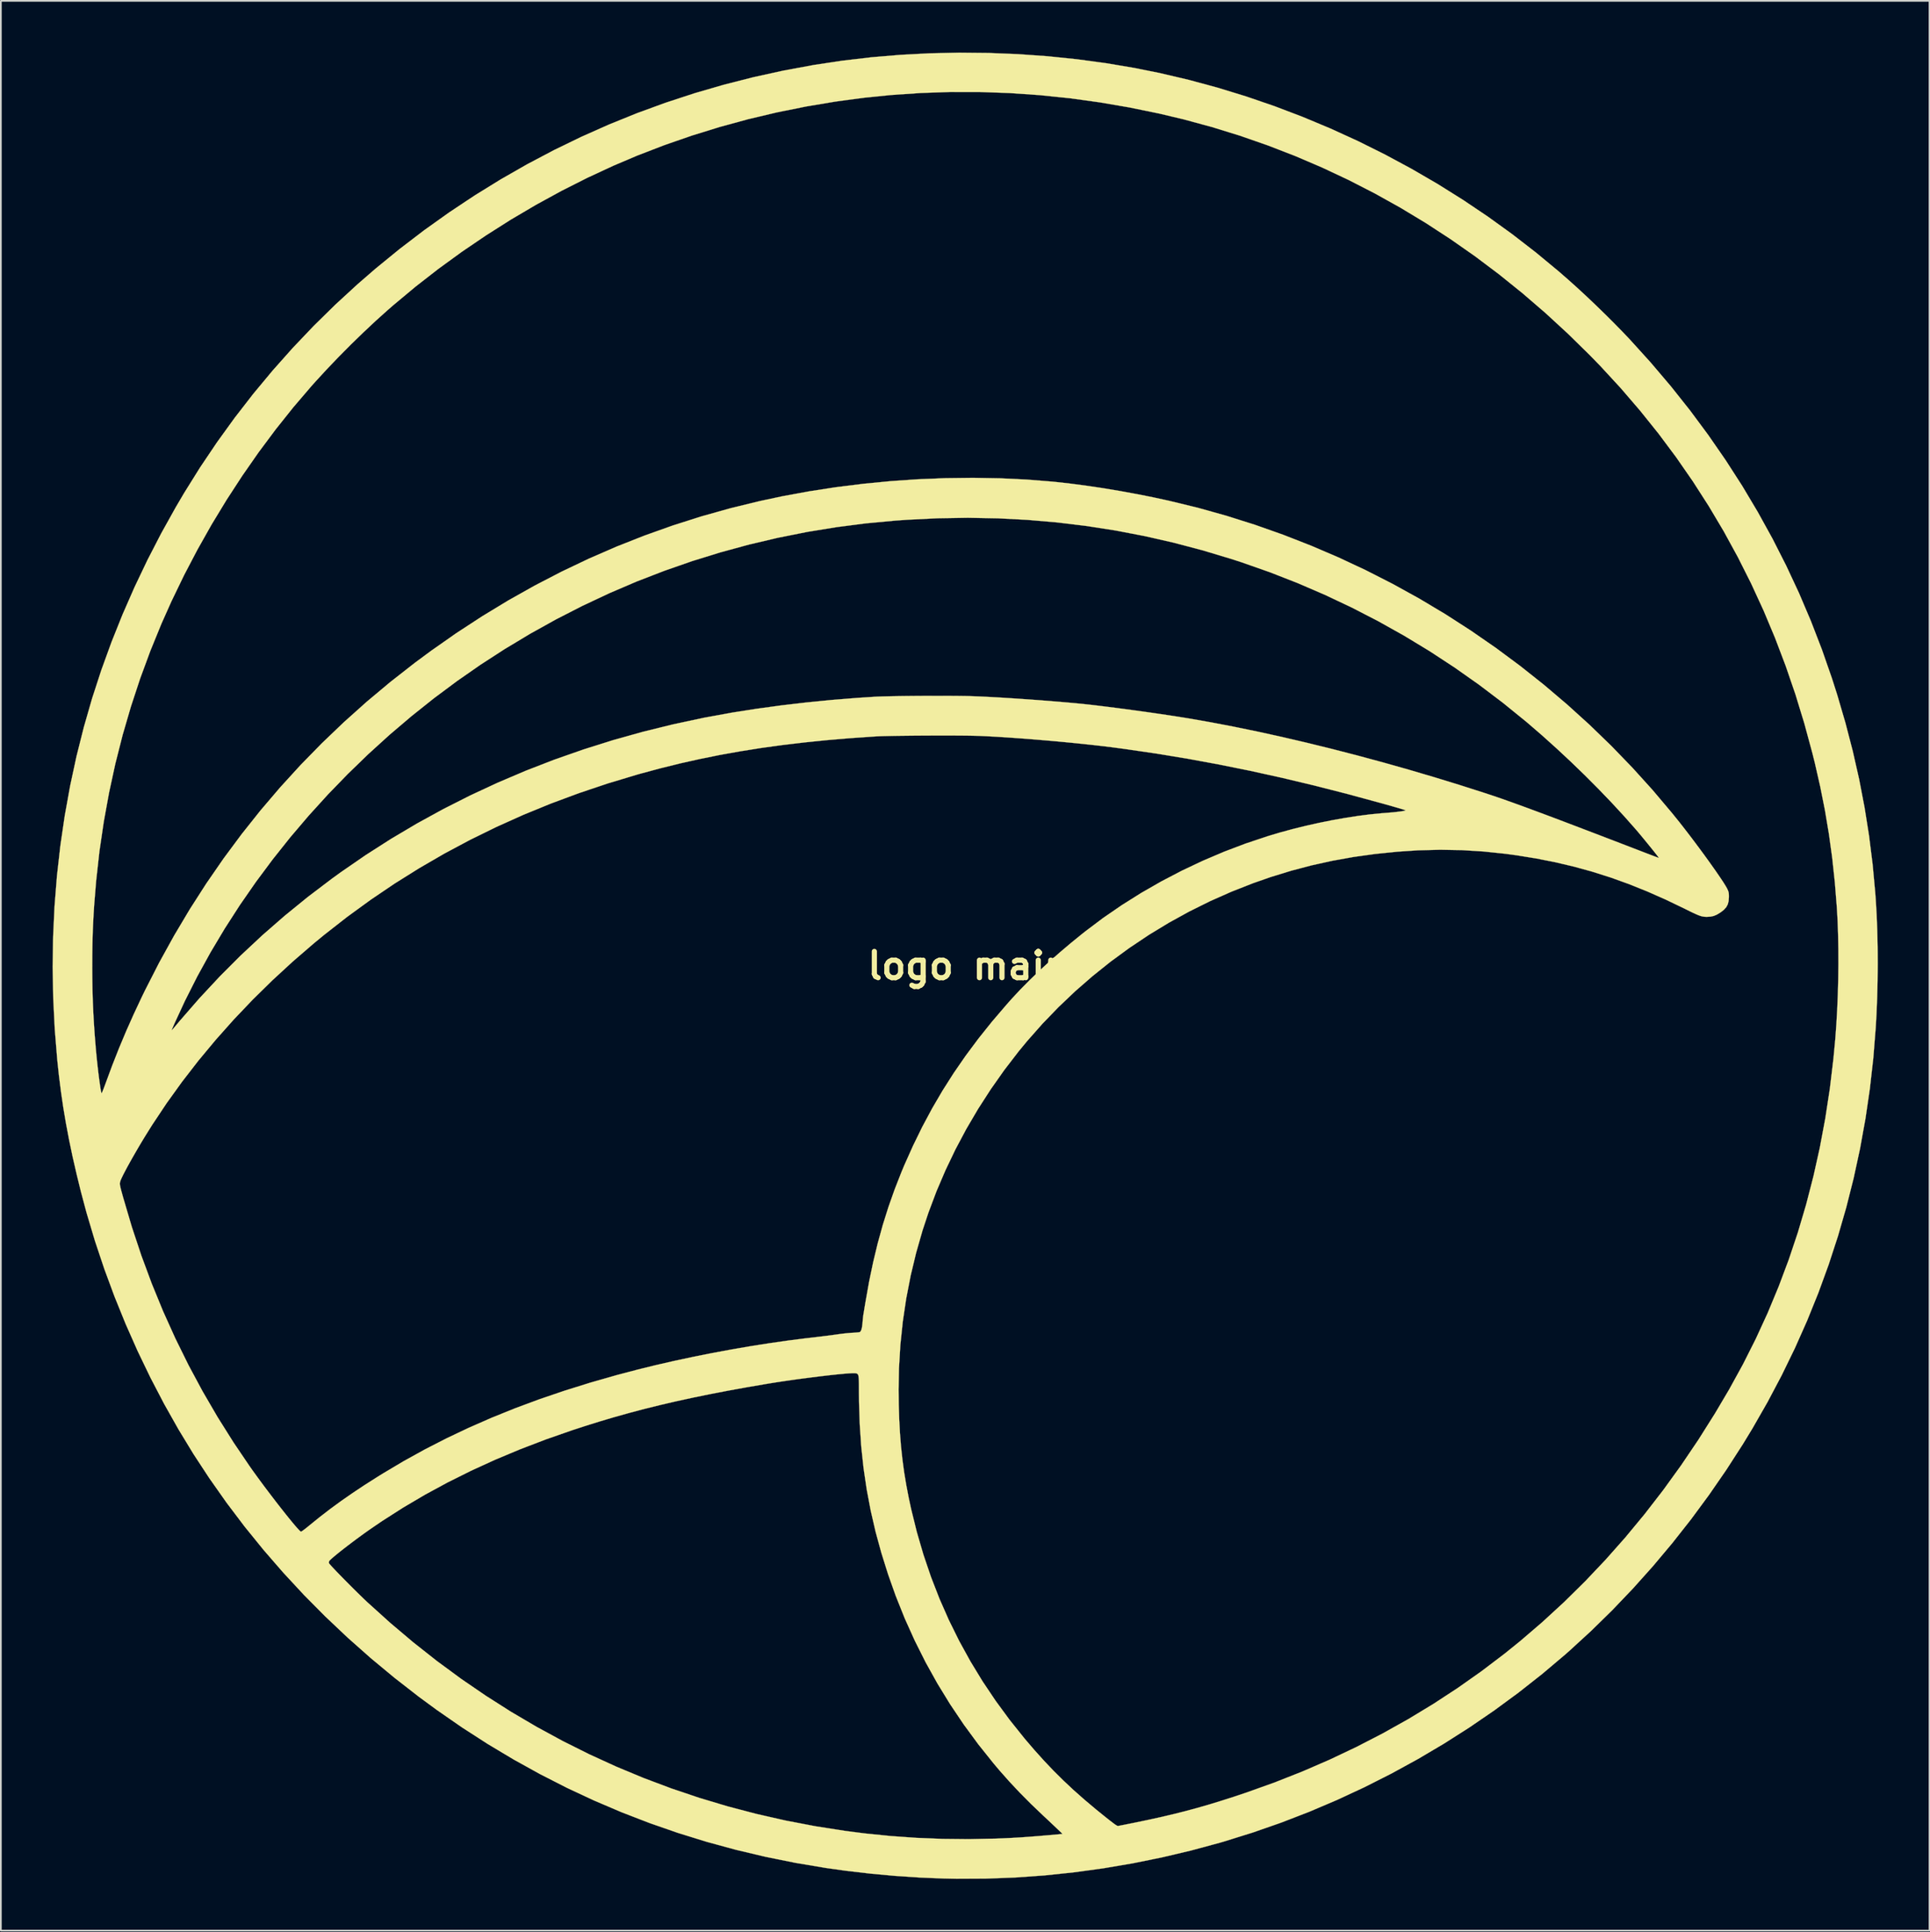
<source format=kicad_pcb>
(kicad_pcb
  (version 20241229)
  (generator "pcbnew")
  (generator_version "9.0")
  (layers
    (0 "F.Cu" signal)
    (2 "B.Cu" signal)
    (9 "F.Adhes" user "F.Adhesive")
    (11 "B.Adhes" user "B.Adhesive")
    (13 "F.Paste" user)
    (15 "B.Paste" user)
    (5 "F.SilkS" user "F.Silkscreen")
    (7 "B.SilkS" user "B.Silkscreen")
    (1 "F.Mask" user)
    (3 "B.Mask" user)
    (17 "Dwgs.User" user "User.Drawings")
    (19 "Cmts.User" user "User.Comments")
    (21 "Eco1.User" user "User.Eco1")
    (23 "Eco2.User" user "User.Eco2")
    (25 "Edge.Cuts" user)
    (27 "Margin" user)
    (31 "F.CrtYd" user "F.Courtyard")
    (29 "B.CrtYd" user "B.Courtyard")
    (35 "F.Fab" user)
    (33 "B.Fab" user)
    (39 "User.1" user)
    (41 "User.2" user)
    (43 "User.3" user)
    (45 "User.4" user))
  (footprint "logo main"
    (layer "F.Cu")
    (at 53.104 52.949)
    (property "Reference" "logo main" (at 0 0 0) (layer "F.SilkS") (effects (font (size 1.524 1.524) (thickness 0.3))))
    (attr through_hole)
    (fp_poly (pts (xy 1.185 -52.928) (xy 2.895 -52.86) (xy 4.599 -52.738) (xy 6.292 -52.565) (xy 7.969 -52.339) (xy 9.626 -52.061) (xy 11.086 -51.768) (xy 12.777 -51.372) (xy 14.456 -50.918) (xy 16.122 -50.407) (xy 17.771 -49.841) (xy 19.403 -49.22) (xy 21.014 -48.546) (xy 22.604 -47.82) (xy 24.168 -47.042) (xy 25.707 -46.214) (xy 27.217 -45.337) (xy 28.696 -44.411) (xy 30.142 -43.439) (xy 31.553 -42.421) (xy 32.927 -41.358) (xy 34.262 -40.252) (xy 34.817 -39.768) (xy 35.325 -39.312) (xy 35.853 -38.824) (xy 36.389 -38.315) (xy 36.923 -37.797) (xy 37.441 -37.281) (xy 37.934 -36.778) (xy 38.368 -36.322) (xy 39.585 -34.978) (xy 40.751 -33.605) (xy 41.865 -32.203) (xy 42.926 -30.772) (xy 43.935 -29.313) (xy 44.892 -27.827) (xy 45.795 -26.312) (xy 46.646 -24.771) (xy 47.443 -23.202) (xy 48.188 -21.607) (xy 48.878 -19.985) (xy 49.515 -18.337) (xy 50.098 -16.663) (xy 50.396 -15.733) (xy 50.878 -14.088) (xy 51.303 -12.452) (xy 51.673 -10.82) (xy 51.987 -9.188) (xy 52.247 -7.55) (xy 52.454 -5.901) (xy 52.608 -4.236) (xy 52.636 -3.855) (xy 52.688 -2.978) (xy 52.724 -2.056) (xy 52.746 -1.1) (xy 52.752 -0.123) (xy 52.743 0.863) (xy 52.719 1.847) (xy 52.68 2.815) (xy 52.636 3.586) (xy 52.494 5.367) (xy 52.295 7.13) (xy 52.038 8.876) (xy 51.725 10.604) (xy 51.355 12.314) (xy 50.928 14.004) (xy 50.445 15.676) (xy 49.905 17.329) (xy 49.309 18.962) (xy 48.657 20.575) (xy 47.949 22.167) (xy 47.184 23.739) (xy 46.364 25.29) (xy 45.488 26.82) (xy 44.934 27.731) (xy 43.974 29.22) (xy 42.97 30.675) (xy 41.924 32.094) (xy 40.837 33.474) (xy 39.712 34.814) (xy 38.55 36.111) (xy 37.354 37.363) (xy 36.125 38.567) (xy 34.866 39.721) (xy 34.619 39.939) (xy 33.289 41.062) (xy 31.919 42.14) (xy 30.512 43.174) (xy 29.07 44.161) (xy 27.594 45.101) (xy 26.087 45.992) (xy 24.551 46.833) (xy 22.987 47.624) (xy 21.398 48.363) (xy 19.786 49.049) (xy 18.152 49.681) (xy 16.499 50.257) (xy 14.829 50.778) (xy 14.591 50.847) (xy 12.919 51.299) (xy 11.233 51.697) (xy 9.536 52.041) (xy 7.832 52.33) (xy 6.124 52.564) (xy 4.416 52.742) (xy 2.711 52.863) (xy 1.013 52.928) (xy -0.675 52.936) (xy -1.404 52.922) (xy -2.801 52.865) (xy -4.225 52.77) (xy -5.658 52.639) (xy -7.083 52.473) (xy -8.262 52.308) (xy -10.023 52.012) (xy -11.76 51.661) (xy -13.474 51.255) (xy -15.166 50.794) (xy -16.834 50.277) (xy -18.48 49.705) (xy -20.103 49.078) (xy -21.703 48.396) (xy -23.281 47.659) (xy -24.835 46.866) (xy -26.367 46.018) (xy -27.876 45.115) (xy -29.362 44.157) (xy -30.825 43.143) (xy -31.855 42.387) (xy -33.277 41.28) (xy -34.656 40.136) (xy -35.99 38.954) (xy -37.279 37.735) (xy -38.522 36.482) (xy -39.717 35.193) (xy -40.248 34.582) (xy -37.08 34.582) (xy -37.074 34.636) (xy -37.049 34.673) (xy -36.986 34.747) (xy -36.889 34.854) (xy -36.763 34.988) (xy -36.613 35.146) (xy -36.442 35.323) (xy -36.256 35.513) (xy -36.059 35.713) (xy -35.856 35.917) (xy -35.651 36.122) (xy -35.449 36.322) (xy -35.253 36.513) (xy -35.07 36.69) (xy -34.903 36.849) (xy -34.841 36.908) (xy -33.527 38.094) (xy -32.183 39.229) (xy -30.809 40.313) (xy -29.406 41.345) (xy -27.975 42.324) (xy -26.517 43.252) (xy -25.031 44.126) (xy -23.52 44.947) (xy -21.983 45.715) (xy -20.422 46.429) (xy -18.837 47.089) (xy -17.228 47.694) (xy -15.598 48.244) (xy -13.946 48.739) (xy -12.272 49.178) (xy -10.579 49.562) (xy -8.867 49.889) (xy -7.135 50.16) (xy -6.006 50.305) (xy -4.509 50.457) (xy -3.007 50.563) (xy -1.493 50.623) (xy 0.04 50.638) (xy 1.603 50.607) (xy 2.062 50.589) (xy 2.519 50.567) (xy 2.994 50.54) (xy 3.496 50.505) (xy 4.036 50.463) (xy 4.622 50.413) (xy 4.746 50.402) (xy 5.472 50.336) (xy 5.209 50.082) (xy 5.114 49.992) (xy 4.985 49.869) (xy 4.83 49.723) (xy 4.66 49.562) (xy 4.482 49.396) (xy 4.333 49.257) (xy 3.641 48.596) (xy 2.995 47.946) (xy 2.384 47.295) (xy 1.798 46.633) (xy 1.483 46.26) (xy 0.586 45.139) (xy -0.257 43.991) (xy -1.047 42.816) (xy -1.784 41.614) (xy -2.468 40.384) (xy -3.099 39.126) (xy -3.679 37.84) (xy -4.206 36.524) (xy -4.648 35.276) (xy -5.035 34.043) (xy -5.37 32.819) (xy -5.652 31.595) (xy -5.885 30.367) (xy -6.068 29.128) (xy -6.203 27.87) (xy -6.29 26.589) (xy -6.332 25.277) (xy -6.335 24.758) (xy -6.336 24.474) (xy -6.337 24.244) (xy -6.341 24.063) (xy -6.348 23.923) (xy -6.359 23.818) (xy -6.374 23.744) (xy -6.396 23.694) (xy -6.425 23.662) (xy -6.461 23.642) (xy -6.506 23.628) (xy -6.517 23.626) (xy -6.591 23.619) (xy -6.719 23.62) (xy -6.897 23.63) (xy -7.118 23.646) (xy -7.379 23.67) (xy -7.675 23.699) (xy -8 23.734) (xy -8.349 23.774) (xy -8.718 23.818) (xy -9.102 23.866) (xy -9.495 23.917) (xy -9.894 23.97) (xy -10.292 24.026) (xy -10.685 24.083) (xy -11.068 24.141) (xy -11.436 24.199) (xy -11.665 24.236) (xy -12.808 24.432) (xy -13.898 24.629) (xy -14.939 24.829) (xy -15.938 25.033) (xy -16.901 25.242) (xy -17.834 25.459) (xy -18.742 25.683) (xy -19.632 25.918) (xy -20.509 26.163) (xy -21.38 26.421) (xy -22.249 26.693) (xy -22.95 26.922) (xy -24.492 27.46) (xy -25.986 28.032) (xy -27.432 28.637) (xy -28.832 29.277) (xy -30.187 29.952) (xy -31.498 30.663) (xy -32.766 31.41) (xy -33.993 32.194) (xy -34.717 32.688) (xy -34.963 32.862) (xy -35.217 33.045) (xy -35.473 33.233) (xy -35.727 33.423) (xy -35.973 33.609) (xy -36.207 33.79) (xy -36.423 33.959) (xy -36.616 34.115) (xy -36.781 34.252) (xy -36.914 34.366) (xy -37.009 34.454) (xy -37.061 34.512) (xy -37.064 34.517) (xy -37.08 34.582) (xy -40.248 34.582) (xy -40.865 33.871) (xy -41.964 32.517) (xy -43.013 31.13) (xy -44.011 29.713) (xy -44.929 28.314) (xy -45.803 26.876) (xy -46.636 25.398) (xy -47.425 23.885) (xy -48.169 22.341) (xy -48.865 20.771) (xy -49.511 19.179) (xy -50.106 17.57) (xy -50.648 15.949) (xy -51.134 14.319) (xy -51.459 13.103) (xy -51.574 12.635) (xy -49.202 12.635) (xy -49.197 12.698) (xy -49.183 12.78) (xy -49.159 12.887) (xy -49.123 13.029) (xy -49.073 13.212) (xy -49.009 13.444) (xy -49.004 13.46) (xy -48.507 15.143) (xy -47.957 16.798) (xy -47.353 18.427) (xy -46.696 20.029) (xy -45.985 21.604) (xy -45.221 23.153) (xy -44.403 24.675) (xy -43.532 26.171) (xy -42.607 27.641) (xy -41.676 29.016) (xy -41.488 29.282) (xy -41.286 29.561) (xy -41.074 29.851) (xy -40.854 30.148) (xy -40.629 30.447) (xy -40.403 30.744) (xy -40.179 31.037) (xy -39.96 31.319) (xy -39.748 31.589) (xy -39.547 31.842) (xy -39.36 32.074) (xy -39.189 32.282) (xy -39.039 32.46) (xy -38.911 32.606) (xy -38.81 32.716) (xy -38.738 32.786) (xy -38.698 32.811) (xy -38.697 32.811) (xy -38.659 32.792) (xy -38.583 32.741) (xy -38.477 32.663) (xy -38.35 32.563) (xy -38.208 32.448) (xy -38.186 32.429) (xy -37.602 31.957) (xy -37 31.494) (xy -36.373 31.035) (xy -35.714 30.577) (xy -35.015 30.112) (xy -34.27 29.638) (xy -33.931 29.428) (xy -32.733 28.716) (xy -31.507 28.039) (xy -30.251 27.396) (xy -28.963 26.785) (xy -27.639 26.205) (xy -26.277 25.655) (xy -24.873 25.134) (xy -23.425 24.641) (xy -21.93 24.174) (xy -20.385 23.732) (xy -19.17 23.412) (xy -18.142 23.159) (xy -17.073 22.914) (xy -15.974 22.679) (xy -14.858 22.456) (xy -13.736 22.247) (xy -12.62 22.055) (xy -11.52 21.882) (xy -10.449 21.729) (xy -9.418 21.598) (xy -9.219 21.576) (xy -8.943 21.544) (xy -8.662 21.51) (xy -8.386 21.476) (xy -8.127 21.444) (xy -7.898 21.414) (xy -7.709 21.388) (xy -7.62 21.375) (xy -7.412 21.346) (xy -7.189 21.32) (xy -6.972 21.298) (xy -6.783 21.283) (xy -6.709 21.279) (xy -6.56 21.27) (xy -6.431 21.26) (xy -6.336 21.249) (xy -6.285 21.238) (xy -6.283 21.237) (xy -6.23 21.181) (xy -6.188 21.083) (xy -6.156 20.94) (xy -6.132 20.744) (xy -6.127 20.687) (xy -6.114 20.539) (xy -6.101 20.405) (xy -6.089 20.3) (xy -6.082 20.245) (xy -6.072 20.19) (xy -6.055 20.085) (xy -6.031 19.942) (xy -6.003 19.77) (xy -5.971 19.58) (xy -5.96 19.513) (xy -5.749 18.327) (xy -5.512 17.189) (xy -5.247 16.09) (xy -4.952 15.023) (xy -4.624 13.981) (xy -4.261 12.955) (xy -3.862 11.939) (xy -3.705 11.564) (xy -3.198 10.432) (xy -2.662 9.336) (xy -2.092 8.272) (xy -1.485 7.234) (xy -0.838 6.217) (xy -0.146 5.215) (xy 0.593 4.223) (xy 1.383 3.236) (xy 2.228 2.248) (xy 2.553 1.883) (xy 3.022 1.38) (xy 3.538 0.857) (xy 4.096 0.319) (xy 4.689 -0.226) (xy 5.312 -0.775) (xy 5.958 -1.322) (xy 6.62 -1.859) (xy 6.786 -1.991) (xy 7.827 -2.774) (xy 8.912 -3.519) (xy 10.037 -4.226) (xy 11.197 -4.891) (xy 12.388 -5.513) (xy 13.605 -6.088) (xy 14.843 -6.615) (xy 16.099 -7.091) (xy 17.367 -7.514) (xy 18.109 -7.736) (xy 18.841 -7.934) (xy 19.592 -8.119) (xy 20.353 -8.289) (xy 21.113 -8.442) (xy 21.863 -8.575) (xy 22.593 -8.688) (xy 23.292 -8.778) (xy 23.952 -8.843) (xy 24.167 -8.86) (xy 24.401 -8.878) (xy 24.627 -8.898) (xy 24.836 -8.92) (xy 25.022 -8.943) (xy 25.176 -8.965) (xy 25.289 -8.985) (xy 25.354 -9.003) (xy 25.364 -9.009) (xy 25.356 -9.018) (xy 25.319 -9.033) (xy 25.248 -9.058) (xy 25.141 -9.091) (xy 24.994 -9.135) (xy 24.803 -9.19) (xy 24.565 -9.258) (xy 24.277 -9.34) (xy 23.935 -9.436) (xy 23.921 -9.439) (xy 21.982 -9.966) (xy 20.079 -10.452) (xy 18.208 -10.898) (xy 16.363 -11.305) (xy 14.537 -11.674) (xy 12.726 -12.007) (xy 10.924 -12.304) (xy 9.126 -12.567) (xy 8.367 -12.668) (xy 7.851 -12.732) (xy 7.289 -12.797) (xy 6.69 -12.861) (xy 6.064 -12.925) (xy 5.419 -12.987) (xy 4.764 -13.046) (xy 4.107 -13.102) (xy 3.457 -13.155) (xy 2.823 -13.202) (xy 2.214 -13.245) (xy 1.638 -13.281) (xy 1.104 -13.31) (xy 0.643 -13.33) (xy 0.45 -13.336) (xy 0.207 -13.341) (xy -0.079 -13.345) (xy -0.402 -13.348) (xy -0.755 -13.35) (xy -1.133 -13.351) (xy -1.529 -13.351) (xy -1.936 -13.351) (xy -2.35 -13.349) (xy -2.763 -13.347) (xy -3.17 -13.344) (xy -3.563 -13.34) (xy -3.937 -13.336) (xy -4.286 -13.331) (xy -4.604 -13.325) (xy -4.883 -13.319) (xy -5.119 -13.312) (xy -5.304 -13.304) (xy -5.379 -13.3) (xy -6.797 -13.202) (xy -8.163 -13.087) (xy -9.482 -12.953) (xy -10.759 -12.802) (xy -12 -12.631) (xy -13.21 -12.439) (xy -14.395 -12.227) (xy -15.559 -11.992) (xy -16.708 -11.735) (xy -17.847 -11.453) (xy -18.983 -11.148) (xy -19.214 -11.082) (xy -20.92 -10.568) (xy -22.587 -10.008) (xy -24.217 -9.402) (xy -25.811 -8.749) (xy -27.369 -8.049) (xy -28.892 -7.302) (xy -30.381 -6.507) (xy -31.837 -5.663) (xy -33.262 -4.771) (xy -34.655 -3.829) (xy -36.017 -2.838) (xy -37.35 -1.796) (xy -37.936 -1.315) (xy -39.165 -0.255) (xy -40.353 0.838) (xy -41.497 1.962) (xy -42.595 3.115) (xy -43.645 4.295) (xy -44.647 5.499) (xy -45.596 6.725) (xy -46.493 7.971) (xy -47.335 9.236) (xy -47.772 9.936) (xy -47.951 10.233) (xy -48.13 10.533) (xy -48.303 10.832) (xy -48.47 11.123) (xy -48.627 11.402) (xy -48.77 11.662) (xy -48.896 11.898) (xy -49.003 12.104) (xy -49.087 12.276) (xy -49.146 12.406) (xy -49.173 12.479) (xy -49.188 12.534) (xy -49.198 12.583) (xy -49.202 12.635) (xy -51.574 12.635) (xy -51.714 12.063) (xy -51.943 11.065) (xy -52.145 10.1) (xy -52.324 9.157) (xy -52.481 8.228) (xy -52.617 7.301) (xy -52.735 6.367) (xy -52.831 5.468) (xy -52.978 3.671) (xy -53.067 1.877) (xy -53.099 0.09) (xy -53.098 0.03) (xy -50.804 0.03) (xy -50.8 0.735) (xy -50.79 1.401) (xy -50.771 2.045) (xy -50.744 2.682) (xy -50.708 3.33) (xy -50.662 4.004) (xy -50.604 4.72) (xy -50.604 4.721) (xy -50.58 4.992) (xy -50.553 5.275) (xy -50.523 5.564) (xy -50.491 5.853) (xy -50.458 6.135) (xy -50.425 6.404) (xy -50.392 6.653) (xy -50.361 6.877) (xy -50.333 7.068) (xy -50.307 7.22) (xy -50.285 7.328) (xy -50.268 7.384) (xy -50.265 7.389) (xy -50.249 7.369) (xy -50.217 7.3) (xy -50.171 7.191) (xy -50.115 7.048) (xy -50.052 6.88) (xy -50.025 6.806) (xy -49.646 5.782) (xy -49.255 4.789) (xy -48.845 3.811) (xy -48.809 3.73) (xy -46.198 3.73) (xy -46.198 3.737) (xy -46.193 3.737) (xy -46.18 3.725) (xy -46.154 3.697) (xy -46.111 3.647) (xy -46.046 3.571) (xy -45.954 3.463) (xy -45.832 3.318) (xy -45.718 3.182) (xy -44.585 1.881) (xy -43.412 0.623) (xy -42.199 -0.592) (xy -40.944 -1.765) (xy -39.646 -2.897) (xy -38.304 -3.989) (xy -36.917 -5.041) (xy -36.382 -5.429) (xy -34.947 -6.417) (xy -33.477 -7.357) (xy -31.974 -8.248) (xy -30.438 -9.09) (xy -28.871 -9.882) (xy -27.273 -10.624) (xy -25.646 -11.316) (xy -23.99 -11.957) (xy -22.306 -12.546) (xy -20.596 -13.084) (xy -18.861 -13.57) (xy -17.1 -14.003) (xy -15.317 -14.384) (xy -13.671 -14.684) (xy -12.288 -14.901) (xy -10.862 -15.096) (xy -9.406 -15.267) (xy -7.932 -15.413) (xy -6.454 -15.532) (xy -5.394 -15.6) (xy -5.208 -15.609) (xy -4.97 -15.617) (xy -4.685 -15.624) (xy -4.362 -15.631) (xy -4.006 -15.637) (xy -3.624 -15.642) (xy -3.223 -15.646) (xy -2.811 -15.649) (xy -2.394 -15.651) (xy -1.978 -15.652) (xy -1.571 -15.652) (xy -1.179 -15.651) (xy -0.81 -15.649) (xy -0.469 -15.646) (xy -0.165 -15.642) (xy 0.097 -15.636) (xy 0.254 -15.631) (xy 0.694 -15.614) (xy 1.184 -15.59) (xy 1.716 -15.561) (xy 2.281 -15.527) (xy 2.87 -15.489) (xy 3.473 -15.447) (xy 4.083 -15.403) (xy 4.689 -15.356) (xy 5.284 -15.308) (xy 5.858 -15.258) (xy 6.392 -15.209) (xy 6.732 -15.174) (xy 7.123 -15.131) (xy 7.557 -15.08) (xy 8.027 -15.023) (xy 8.525 -14.96) (xy 9.044 -14.892) (xy 9.574 -14.82) (xy 10.11 -14.747) (xy 10.642 -14.671) (xy 11.163 -14.596) (xy 11.666 -14.521) (xy 12.142 -14.448) (xy 12.584 -14.377) (xy 12.775 -14.346) (xy 14.067 -14.12) (xy 15.404 -13.864) (xy 16.781 -13.581) (xy 18.191 -13.271) (xy 19.627 -12.936) (xy 21.086 -12.578) (xy 22.559 -12.198) (xy 24.041 -11.798) (xy 25.527 -11.379) (xy 27.009 -10.942) (xy 28.484 -10.49) (xy 29.943 -10.023) (xy 30.181 -9.945) (xy 30.419 -9.866) (xy 30.672 -9.78) (xy 30.942 -9.687) (xy 31.231 -9.585) (xy 31.541 -9.475) (xy 31.875 -9.354) (xy 32.236 -9.223) (xy 32.624 -9.08) (xy 33.044 -8.924) (xy 33.497 -8.755) (xy 33.985 -8.572) (xy 34.511 -8.373) (xy 35.077 -8.158) (xy 35.685 -7.926) (xy 36.338 -7.677) (xy 37.038 -7.409) (xy 37.788 -7.121) (xy 38.589 -6.813) (xy 39.16 -6.593) (xy 39.377 -6.51) (xy 39.576 -6.434) (xy 39.749 -6.368) (xy 39.891 -6.315) (xy 39.994 -6.277) (xy 40.051 -6.257) (xy 40.061 -6.255) (xy 40.047 -6.28) (xy 39.998 -6.345) (xy 39.921 -6.444) (xy 39.821 -6.572) (xy 39.702 -6.721) (xy 39.569 -6.886) (xy 39.426 -7.061) (xy 39.28 -7.24) (xy 39.134 -7.418) (xy 38.994 -7.587) (xy 38.864 -7.742) (xy 38.749 -7.877) (xy 38.713 -7.919) (xy 38.033 -8.687) (xy 37.308 -9.472) (xy 36.545 -10.265) (xy 35.754 -11.058) (xy 34.942 -11.843) (xy 34.119 -12.61) (xy 33.293 -13.353) (xy 32.472 -14.061) (xy 32.363 -14.154) (xy 31.01 -15.252) (xy 29.625 -16.3) (xy 28.209 -17.297) (xy 26.763 -18.244) (xy 25.288 -19.138) (xy 23.784 -19.98) (xy 22.253 -20.77) (xy 20.695 -21.506) (xy 19.111 -22.189) (xy 17.502 -22.818) (xy 15.868 -23.392) (xy 15.253 -23.592) (xy 13.589 -24.092) (xy 11.918 -24.533) (xy 10.24 -24.915) (xy 8.555 -25.238) (xy 6.861 -25.502) (xy 5.158 -25.708) (xy 3.445 -25.856) (xy 1.72 -25.945) (xy -0.016 -25.976) (xy -1.765 -25.949) (xy -3.528 -25.863) (xy -4.198 -25.816) (xy -5.929 -25.654) (xy -7.646 -25.433) (xy -9.349 -25.155) (xy -11.037 -24.818) (xy -12.709 -24.425) (xy -14.365 -23.974) (xy -16.004 -23.467) (xy -17.623 -22.903) (xy -19.224 -22.284) (xy -20.804 -21.608) (xy -22.363 -20.876) (xy -23.9 -20.09) (xy -25.414 -19.248) (xy -26.879 -18.368) (xy -28.28 -17.461) (xy -29.649 -16.509) (xy -30.987 -15.512) (xy -32.291 -14.473) (xy -33.56 -13.394) (xy -34.791 -12.276) (xy -35.984 -11.121) (xy -37.137 -9.932) (xy -38.248 -8.709) (xy -39.316 -7.455) (xy -40.338 -6.171) (xy -41.314 -4.86) (xy -42.241 -3.524) (xy -43.118 -2.163) (xy -43.944 -0.78) (xy -44.716 0.623) (xy -45.434 2.045) (xy -46.003 3.275) (xy -46.069 3.424) (xy -46.126 3.554) (xy -46.168 3.654) (xy -46.193 3.716) (xy -46.198 3.73) (xy -48.809 3.73) (xy -48.409 2.831) (xy -47.941 1.833) (xy -47.74 1.419) (xy -46.92 -0.186) (xy -46.055 -1.752) (xy -45.145 -3.28) (xy -44.189 -4.77) (xy -43.187 -6.221) (xy -42.139 -7.633) (xy -41.046 -9.007) (xy -39.906 -10.343) (xy -38.721 -11.641) (xy -37.489 -12.901) (xy -36.211 -14.123) (xy -34.888 -15.307) (xy -33.518 -16.453) (xy -32.101 -17.561) (xy -31.152 -18.263) (xy -29.684 -19.291) (xy -28.192 -20.264) (xy -26.678 -21.183) (xy -25.142 -22.046) (xy -23.583 -22.854) (xy -22.003 -23.606) (xy -20.402 -24.303) (xy -18.78 -24.943) (xy -17.138 -25.528) (xy -15.476 -26.057) (xy -13.795 -26.529) (xy -12.095 -26.944) (xy -10.802 -27.22) (xy -9.246 -27.507) (xy -7.67 -27.75) (xy -6.082 -27.948) (xy -4.486 -28.102) (xy -2.89 -28.212) (xy -1.299 -28.276) (xy 0.28 -28.294) (xy 1.841 -28.267) (xy 3.378 -28.193) (xy 4.885 -28.073) (xy 5.035 -28.058) (xy 5.924 -27.959) (xy 6.856 -27.837) (xy 7.817 -27.694) (xy 8.796 -27.531) (xy 9.782 -27.351) (xy 10.761 -27.156) (xy 11.636 -26.966) (xy 13.31 -26.56) (xy 14.975 -26.094) (xy 16.628 -25.572) (xy 18.268 -24.993) (xy 19.89 -24.359) (xy 21.493 -23.672) (xy 23.074 -22.931) (xy 24.629 -22.138) (xy 26.156 -21.295) (xy 26.177 -21.283) (xy 27.682 -20.384) (xy 29.158 -19.433) (xy 30.603 -18.434) (xy 32.016 -17.386) (xy 33.393 -16.293) (xy 34.734 -15.155) (xy 36.036 -13.975) (xy 37.298 -12.754) (xy 38.516 -11.494) (xy 39.69 -10.197) (xy 40.816 -8.864) (xy 41.253 -8.322) (xy 41.483 -8.029) (xy 41.721 -7.721) (xy 41.965 -7.402) (xy 42.209 -7.077) (xy 42.452 -6.75) (xy 42.69 -6.427) (xy 42.919 -6.111) (xy 43.136 -5.807) (xy 43.338 -5.521) (xy 43.521 -5.256) (xy 43.683 -5.017) (xy 43.819 -4.81) (xy 43.926 -4.638) (xy 44.002 -4.507) (xy 44.025 -4.461) (xy 44.071 -4.358) (xy 44.1 -4.274) (xy 44.114 -4.187) (xy 44.119 -4.076) (xy 44.119 -3.974) (xy 44.103 -3.749) (xy 44.054 -3.561) (xy 43.966 -3.398) (xy 43.833 -3.25) (xy 43.648 -3.105) (xy 43.615 -3.083) (xy 43.42 -2.966) (xy 43.239 -2.89) (xy 43.053 -2.85) (xy 42.845 -2.839) (xy 42.748 -2.841) (xy 42.657 -2.849) (xy 42.565 -2.865) (xy 42.465 -2.893) (xy 42.35 -2.935) (xy 42.212 -2.993) (xy 42.043 -3.07) (xy 41.838 -3.17) (xy 41.587 -3.294) (xy 41.551 -3.312) (xy 40.46 -3.836) (xy 39.388 -4.31) (xy 38.329 -4.736) (xy 37.275 -5.115) (xy 36.218 -5.451) (xy 35.151 -5.746) (xy 34.065 -6.002) (xy 32.954 -6.222) (xy 31.809 -6.407) (xy 31.152 -6.496) (xy 29.899 -6.628) (xy 28.642 -6.706) (xy 27.376 -6.728) (xy 26.097 -6.696) (xy 24.907 -6.618) (xy 23.612 -6.486) (xy 22.353 -6.311) (xy 21.124 -6.091) (xy 19.918 -5.825) (xy 18.728 -5.511) (xy 17.549 -5.148) (xy 16.536 -4.795) (xy 15.274 -4.299) (xy 14.036 -3.751) (xy 12.824 -3.15) (xy 11.64 -2.498) (xy 10.486 -1.797) (xy 9.364 -1.048) (xy 8.276 -0.253) (xy 7.224 0.588) (xy 6.209 1.472) (xy 5.234 2.399) (xy 4.301 3.366) (xy 3.411 4.373) (xy 2.915 4.975) (xy 2.086 6.054) (xy 1.305 7.164) (xy 0.572 8.301) (xy -0.11 9.462) (xy -0.74 10.646) (xy -1.316 11.849) (xy -1.838 13.069) (xy -2.303 14.303) (xy -2.647 15.34) (xy -3.021 16.646) (xy -3.337 17.964) (xy -3.595 19.293) (xy -3.794 20.633) (xy -3.934 21.981) (xy -4.015 23.336) (xy -4.037 24.563) (xy -4.027 25.45) (xy -4.001 26.289) (xy -3.958 27.09) (xy -3.897 27.862) (xy -3.816 28.615) (xy -3.715 29.36) (xy -3.592 30.104) (xy -3.447 30.86) (xy -3.313 31.481) (xy -2.981 32.827) (xy -2.596 34.145) (xy -2.158 35.435) (xy -1.667 36.698) (xy -1.122 37.935) (xy -0.524 39.145) (xy 0.128 40.329) (xy 0.833 41.487) (xy 1.593 42.62) (xy 2.407 43.728) (xy 3.273 44.809) (xy 3.836 45.467) (xy 4.393 46.086) (xy 4.953 46.675) (xy 5.525 47.242) (xy 6.119 47.799) (xy 6.745 48.352) (xy 7.41 48.912) (xy 7.863 49.278) (xy 8.077 49.449) (xy 8.25 49.585) (xy 8.387 49.69) (xy 8.491 49.768) (xy 8.57 49.821) (xy 8.626 49.854) (xy 8.665 49.87) (xy 8.686 49.874) (xy 8.722 49.868) (xy 8.81 49.852) (xy 8.943 49.826) (xy 9.112 49.793) (xy 9.311 49.753) (xy 9.534 49.709) (xy 9.687 49.678) (xy 10.48 49.512) (xy 11.226 49.348) (xy 11.937 49.18) (xy 12.627 49.006) (xy 13.307 48.822) (xy 13.99 48.625) (xy 14.688 48.411) (xy 15.415 48.178) (xy 16.107 47.947) (xy 17.754 47.359) (xy 19.371 46.721) (xy 20.957 46.034) (xy 22.51 45.298) (xy 24.031 44.514) (xy 25.517 43.683) (xy 26.968 42.805) (xy 28.382 41.881) (xy 29.759 40.911) (xy 31.096 39.897) (xy 32.004 39.165) (xy 33.298 38.055) (xy 34.557 36.898) (xy 35.779 35.693) (xy 36.966 34.441) (xy 38.117 33.142) (xy 39.231 31.796) (xy 40.308 30.404) (xy 41.348 28.965) (xy 42.35 27.482) (xy 43.315 25.952) (xy 44.136 24.563) (xy 44.935 23.11) (xy 45.68 21.631) (xy 46.372 20.125) (xy 47.009 18.592) (xy 47.594 17.033) (xy 48.125 15.448) (xy 48.602 13.836) (xy 49.025 12.197) (xy 49.396 10.532) (xy 49.712 8.841) (xy 49.975 7.123) (xy 50.184 5.378) (xy 50.291 4.243) (xy 50.352 3.414) (xy 50.401 2.554) (xy 50.437 1.674) (xy 50.461 0.786) (xy 50.471 -0.1) (xy 50.468 -0.972) (xy 50.453 -1.819) (xy 50.424 -2.631) (xy 50.381 -3.395) (xy 50.38 -3.407) (xy 50.264 -4.852) (xy 50.112 -6.261) (xy 49.921 -7.645) (xy 49.691 -9.017) (xy 49.418 -10.389) (xy 49.102 -11.773) (xy 48.964 -12.326) (xy 48.497 -14.048) (xy 47.98 -15.737) (xy 47.412 -17.394) (xy 46.794 -19.019) (xy 46.126 -20.612) (xy 45.407 -22.172) (xy 44.638 -23.7) (xy 43.819 -25.197) (xy 42.949 -26.66) (xy 42.029 -28.092) (xy 41.058 -29.492) (xy 40.038 -30.859) (xy 38.966 -32.194) (xy 37.845 -33.498) (xy 36.673 -34.769) (xy 36.053 -35.407) (xy 34.78 -36.655) (xy 33.478 -37.853) (xy 32.146 -39) (xy 30.787 -40.095) (xy 29.4 -41.138) (xy 27.985 -42.128) (xy 26.545 -43.066) (xy 25.078 -43.951) (xy 23.587 -44.782) (xy 22.071 -45.56) (xy 20.531 -46.284) (xy 18.967 -46.953) (xy 17.381 -47.567) (xy 15.773 -48.127) (xy 14.144 -48.631) (xy 12.493 -49.079) (xy 11.101 -49.41) (xy 9.363 -49.767) (xy 7.625 -50.065) (xy 5.887 -50.304) (xy 4.151 -50.483) (xy 2.417 -50.603) (xy 0.685 -50.663) (xy -1.044 -50.665) (xy -2.769 -50.606) (xy -4.49 -50.489) (xy -6.006 -50.335) (xy -7.715 -50.107) (xy -9.412 -49.822) (xy -11.094 -49.483) (xy -12.758 -49.089) (xy -14.403 -48.64) (xy -16.026 -48.138) (xy -17.624 -47.584) (xy -19.195 -46.978) (xy -20.569 -46.395) (xy -22.081 -45.694) (xy -23.581 -44.937) (xy -25.062 -44.127) (xy -26.522 -43.267) (xy -27.954 -42.359) (xy -29.356 -41.408) (xy -30.722 -40.415) (xy -32.047 -39.384) (xy -33.328 -38.317) (xy -33.662 -38.026) (xy -34.365 -37.395) (xy -35.082 -36.722) (xy -35.803 -36.022) (xy -36.513 -35.306) (xy -37.201 -34.587) (xy -37.854 -33.878) (xy -38.087 -33.618) (xy -39.142 -32.384) (xy -40.165 -31.102) (xy -41.153 -29.777) (xy -42.104 -28.412) (xy -43.015 -27.013) (xy -43.884 -25.582) (xy -44.706 -24.124) (xy -45.481 -22.644) (xy -46.205 -21.146) (xy -46.788 -19.842) (xy -47.435 -18.257) (xy -48.027 -16.652) (xy -48.562 -15.028) (xy -49.041 -13.385) (xy -49.463 -11.725) (xy -49.827 -10.048) (xy -50.135 -8.355) (xy -50.386 -6.647) (xy -50.578 -4.925) (xy -50.694 -3.496) (xy -50.725 -3.001) (xy -50.75 -2.53) (xy -50.77 -2.069) (xy -50.785 -1.604) (xy -50.795 -1.123) (xy -50.801 -0.61) (xy -50.803 -0.054) (xy -50.804 0.03) (xy -53.098 0.03) (xy -53.073 -1.69) (xy -52.99 -3.461) (xy -52.849 -5.223) (xy -52.652 -6.972) (xy -52.397 -8.709) (xy -52.086 -10.431) (xy -51.719 -12.137) (xy -51.294 -13.826) (xy -50.814 -15.496) (xy -50.8 -15.541) (xy -50.273 -17.157) (xy -49.688 -18.767) (xy -49.047 -20.368) (xy -48.351 -21.955) (xy -47.602 -23.526) (xy -46.802 -25.076) (xy -45.952 -26.602) (xy -45.473 -27.415) (xy -44.545 -28.902) (xy -43.566 -30.356) (xy -42.539 -31.777) (xy -41.464 -33.163) (xy -40.341 -34.513) (xy -39.173 -35.826) (xy -37.96 -37.1) (xy -36.703 -38.335) (xy -35.403 -39.53) (xy -34.38 -40.416) (xy -32.98 -41.559) (xy -31.553 -42.649) (xy -30.099 -43.685) (xy -28.618 -44.669) (xy -27.111 -45.599) (xy -25.579 -46.475) (xy -24.021 -47.297) (xy -22.439 -48.065) (xy -20.833 -48.779) (xy -19.204 -49.438) (xy -17.551 -50.042) (xy -15.876 -50.591) (xy -14.179 -51.084) (xy -12.46 -51.522) (xy -10.72 -51.904) (xy -8.96 -52.23) (xy -8.95 -52.232) (xy -7.3 -52.48) (xy -5.628 -52.676) (xy -3.938 -52.818) (xy -2.237 -52.908) (xy -0.528 -52.944) (xy 1.185 -52.928)) (stroke (width 0.01) (type solid)) (fill yes) (layer "F.SilkS")))
  (gr_rect
    (start -3 -3)
    (end 108.861 108.891)
    (stroke (width 0.1) (type default))
    (fill no)
    (layer "Edge.Cuts")))
</source>
